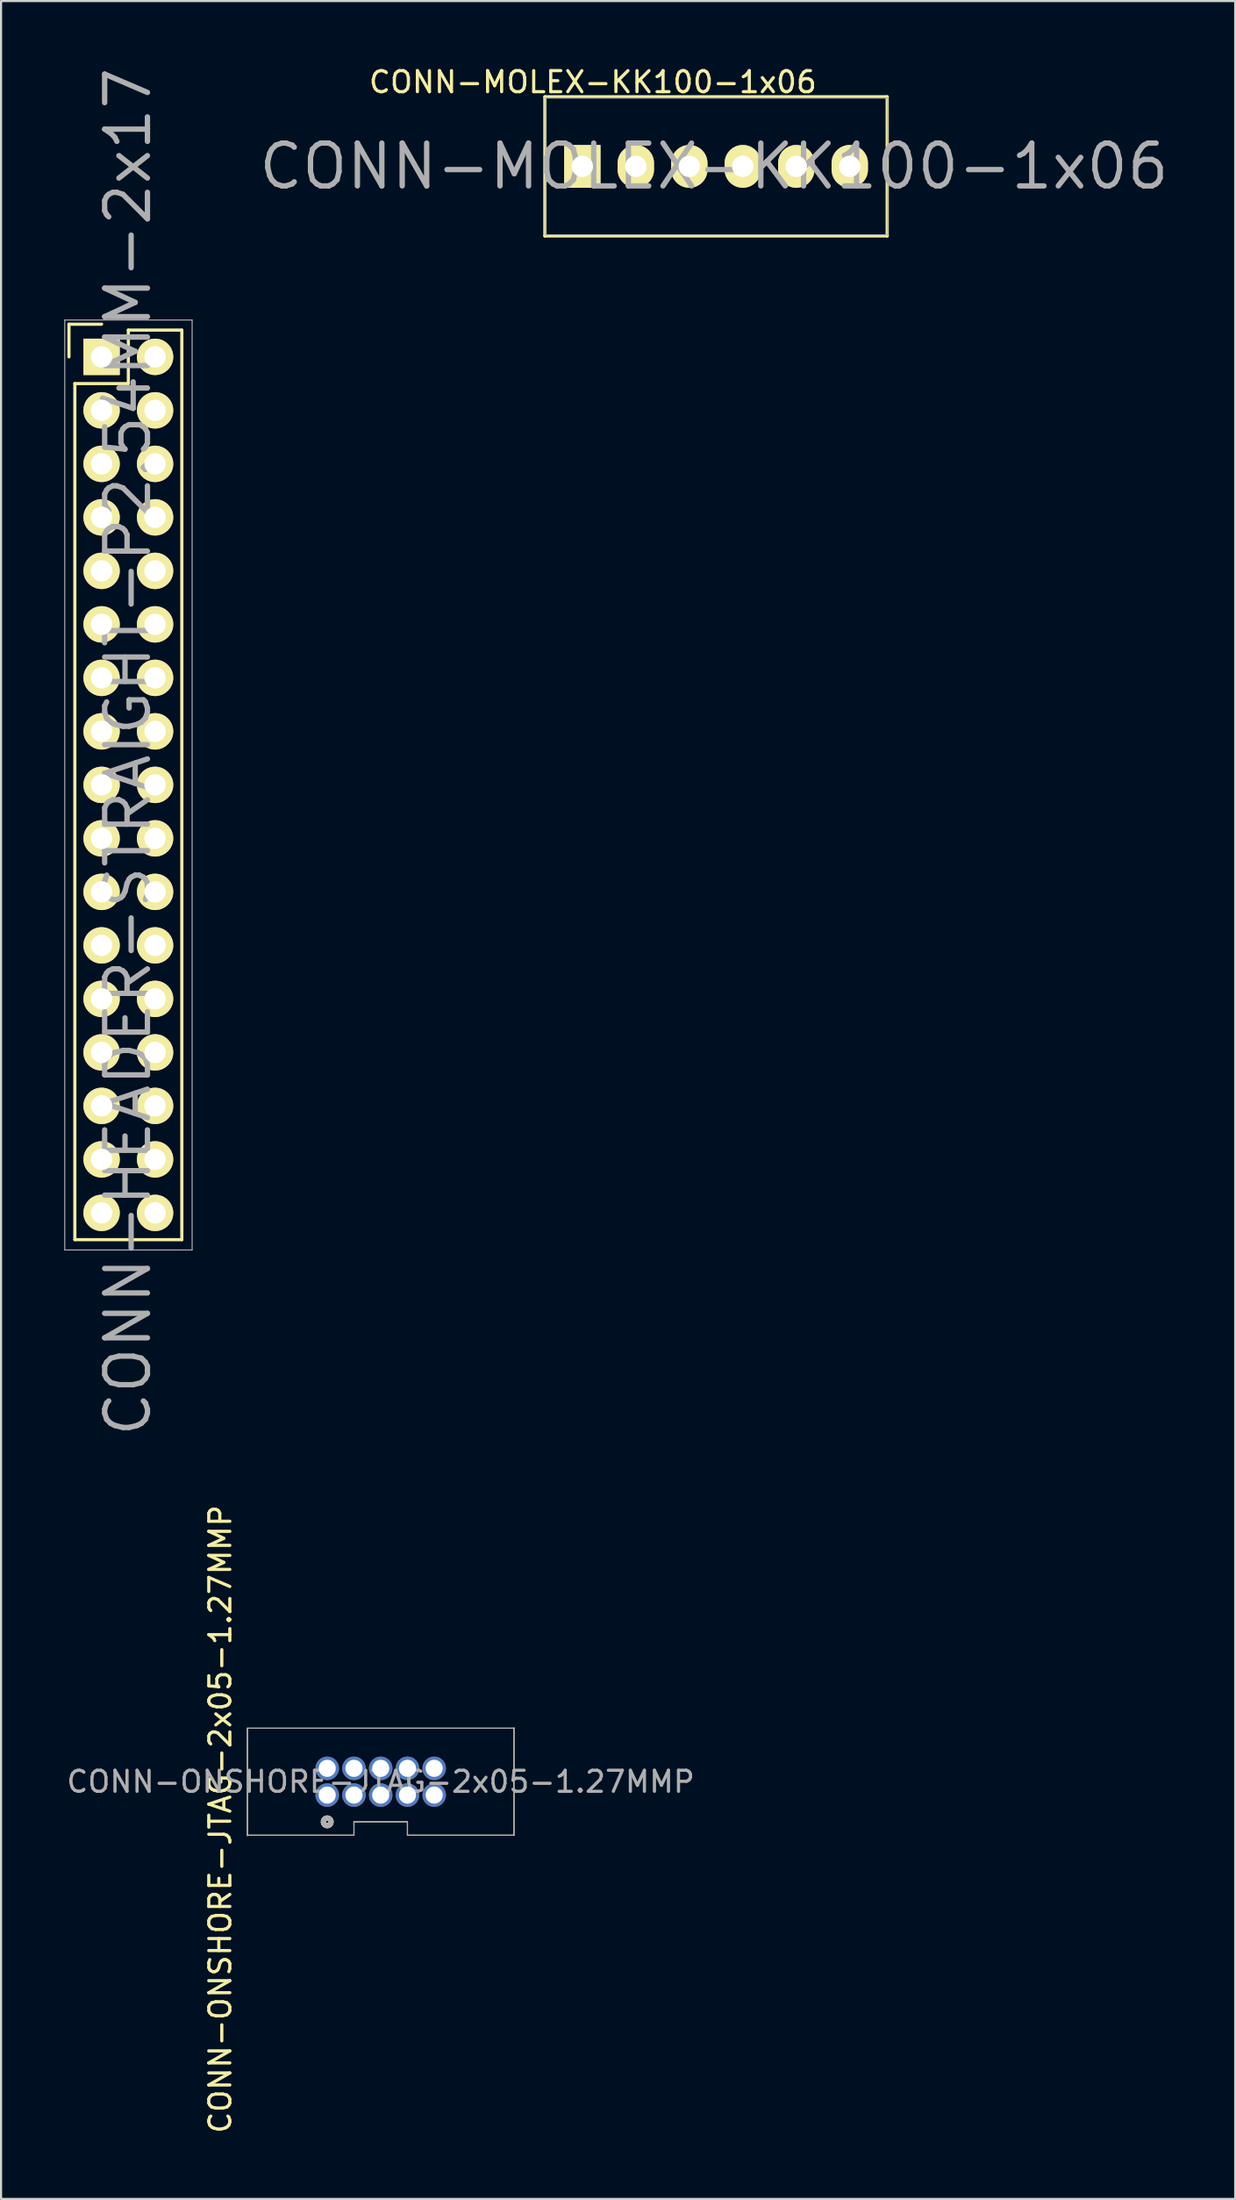
<source format=kicad_pcb>
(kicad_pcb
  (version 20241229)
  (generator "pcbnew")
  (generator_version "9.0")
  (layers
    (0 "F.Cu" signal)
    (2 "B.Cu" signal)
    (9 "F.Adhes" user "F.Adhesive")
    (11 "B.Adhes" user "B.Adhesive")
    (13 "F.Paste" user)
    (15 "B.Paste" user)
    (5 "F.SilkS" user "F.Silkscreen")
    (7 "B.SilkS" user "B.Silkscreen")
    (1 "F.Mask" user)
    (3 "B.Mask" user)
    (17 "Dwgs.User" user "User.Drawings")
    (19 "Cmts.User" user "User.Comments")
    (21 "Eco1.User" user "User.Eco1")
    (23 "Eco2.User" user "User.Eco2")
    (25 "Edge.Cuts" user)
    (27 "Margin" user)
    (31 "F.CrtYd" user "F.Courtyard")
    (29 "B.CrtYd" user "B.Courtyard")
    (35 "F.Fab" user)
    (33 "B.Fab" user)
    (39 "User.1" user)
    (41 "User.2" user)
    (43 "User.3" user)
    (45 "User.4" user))
  (footprint "CONN-HEADER-STRAIGHT-P2.54MM-2x17"
    (layer "F.Cu")
    (at 1.775 13.891)
    (property "Reference" "CONN-HEADER-STRAIGHT-P2.54MM-2x17" (at 1.25 18.75 90) (layer "F.Fab") (effects (font (size 2.032 2.032) (thickness 0.254))))
    (attr through_hole)
    (fp_line (start -1.55 -1.55) (end -1.55 0) (stroke (width 0.15) (type solid)) (layer "F.SilkS"))
    (fp_line (start -1.27 1.27) (end -1.27 41.91) (stroke (width 0.15) (type solid)) (layer "F.SilkS"))
    (fp_line (start 0 -1.55) (end -1.55 -1.55) (stroke (width 0.15) (type solid)) (layer "F.SilkS"))
    (fp_line (start 1.27 -1.27) (end 1.27 1.27) (stroke (width 0.15) (type solid)) (layer "F.SilkS"))
    (fp_line (start 1.27 1.27) (end -1.27 1.27) (stroke (width 0.15) (type solid)) (layer "F.SilkS"))
    (fp_line (start 3.81 -1.27) (end 1.27 -1.27) (stroke (width 0.15) (type solid)) (layer "F.SilkS"))
    (fp_line (start 3.81 41.91) (end -1.27 41.91) (stroke (width 0.15) (type solid)) (layer "F.SilkS"))
    (fp_line (start 3.81 41.91) (end 3.81 -1.27) (stroke (width 0.15) (type solid)) (layer "F.SilkS"))
    (fp_line (start -1.75 -1.75) (end -1.75 42.4) (stroke (width 0.05) (type solid)) (layer "F.Fab"))
    (fp_line (start -1.75 -1.75) (end 4.3 -1.75) (stroke (width 0.05) (type solid)) (layer "F.Fab"))
    (fp_line (start -1.75 42.4) (end 4.3 42.4) (stroke (width 0.05) (type solid)) (layer "F.Fab"))
    (fp_line (start 4.3 -1.75) (end 4.3 42.4) (stroke (width 0.05) (type solid)) (layer "F.Fab"))
    (pad "1" thru_hole rect (at 0 0) (size 1.727 1.727) (drill 1.016) (layers "*.Cu" "*.Mask" "F.SilkS"))
    (pad "2" thru_hole oval (at 2.54 0) (size 1.727 1.727) (drill 1.016) (layers "*.Cu" "*.Mask" "F.SilkS"))
    (pad "3" thru_hole oval (at 0 2.54) (size 1.727 1.727) (drill 1.016) (layers "*.Cu" "*.Mask" "F.SilkS"))
    (pad "4" thru_hole oval (at 2.54 2.54) (size 1.727 1.727) (drill 1.016) (layers "*.Cu" "*.Mask" "F.SilkS"))
    (pad "5" thru_hole oval (at 0 5.08) (size 1.727 1.727) (drill 1.016) (layers "*.Cu" "*.Mask" "F.SilkS"))
    (pad "6" thru_hole oval (at 2.54 5.08) (size 1.727 1.727) (drill 1.016) (layers "*.Cu" "*.Mask" "F.SilkS"))
    (pad "7" thru_hole oval (at 0 7.62) (size 1.727 1.727) (drill 1.016) (layers "*.Cu" "*.Mask" "F.SilkS"))
    (pad "8" thru_hole oval (at 2.54 7.62) (size 1.727 1.727) (drill 1.016) (layers "*.Cu" "*.Mask" "F.SilkS"))
    (pad "9" thru_hole oval (at 0 10.16) (size 1.727 1.727) (drill 1.016) (layers "*.Cu" "*.Mask" "F.SilkS"))
    (pad "10" thru_hole oval (at 2.54 10.16) (size 1.727 1.727) (drill 1.016) (layers "*.Cu" "*.Mask" "F.SilkS"))
    (pad "11" thru_hole oval (at 0 12.7) (size 1.727 1.727) (drill 1.016) (layers "*.Cu" "*.Mask" "F.SilkS"))
    (pad "12" thru_hole oval (at 2.54 12.7) (size 1.727 1.727) (drill 1.016) (layers "*.Cu" "*.Mask" "F.SilkS"))
    (pad "13" thru_hole oval (at 0 15.24) (size 1.727 1.727) (drill 1.016) (layers "*.Cu" "*.Mask" "F.SilkS"))
    (pad "14" thru_hole oval (at 2.54 15.24) (size 1.727 1.727) (drill 1.016) (layers "*.Cu" "*.Mask" "F.SilkS"))
    (pad "15" thru_hole oval (at 0 17.78) (size 1.727 1.727) (drill 1.016) (layers "*.Cu" "*.Mask" "F.SilkS"))
    (pad "16" thru_hole oval (at 2.54 17.78) (size 1.727 1.727) (drill 1.016) (layers "*.Cu" "*.Mask" "F.SilkS"))
    (pad "17" thru_hole oval (at 0 20.32) (size 1.727 1.727) (drill 1.016) (layers "*.Cu" "*.Mask" "F.SilkS"))
    (pad "18" thru_hole oval (at 2.54 20.32) (size 1.727 1.727) (drill 1.016) (layers "*.Cu" "*.Mask" "F.SilkS"))
    (pad "19" thru_hole oval (at 0 22.86) (size 1.727 1.727) (drill 1.016) (layers "*.Cu" "*.Mask" "F.SilkS"))
    (pad "20" thru_hole oval (at 2.54 22.86) (size 1.727 1.727) (drill 1.016) (layers "*.Cu" "*.Mask" "F.SilkS"))
    (pad "21" thru_hole oval (at 0 25.4) (size 1.727 1.727) (drill 1.016) (layers "*.Cu" "*.Mask" "F.SilkS"))
    (pad "22" thru_hole oval (at 2.54 25.4) (size 1.727 1.727) (drill 1.016) (layers "*.Cu" "*.Mask" "F.SilkS"))
    (pad "23" thru_hole oval (at 0 27.94) (size 1.727 1.727) (drill 1.016) (layers "*.Cu" "*.Mask" "F.SilkS"))
    (pad "24" thru_hole oval (at 2.54 27.94) (size 1.727 1.727) (drill 1.016) (layers "*.Cu" "*.Mask" "F.SilkS"))
    (pad "25" thru_hole oval (at 0 30.48) (size 1.727 1.727) (drill 1.016) (layers "*.Cu" "*.Mask" "F.SilkS"))
    (pad "26" thru_hole oval (at 2.54 30.48) (size 1.727 1.727) (drill 1.016) (layers "*.Cu" "*.Mask" "F.SilkS"))
    (pad "27" thru_hole oval (at 0 33.02) (size 1.727 1.727) (drill 1.016) (layers "*.Cu" "*.Mask" "F.SilkS"))
    (pad "28" thru_hole oval (at 2.54 33.02) (size 1.727 1.727) (drill 1.016) (layers "*.Cu" "*.Mask" "F.SilkS"))
    (pad "29" thru_hole oval (at 0 35.56) (size 1.727 1.727) (drill 1.016) (layers "*.Cu" "*.Mask" "F.SilkS"))
    (pad "30" thru_hole oval (at 2.54 35.56) (size 1.727 1.727) (drill 1.016) (layers "*.Cu" "*.Mask" "F.SilkS"))
    (pad "31" thru_hole oval (at 0 38.1) (size 1.727 1.727) (drill 1.016) (layers "*.Cu" "*.Mask" "F.SilkS"))
    (pad "32" thru_hole oval (at 2.54 38.1) (size 1.727 1.727) (drill 1.016) (layers "*.Cu" "*.Mask" "F.SilkS"))
    (pad "33" thru_hole oval (at 0 40.64) (size 1.727 1.727) (drill 1.016) (layers "*.Cu" "*.Mask" "F.SilkS"))
    (pad "34" thru_hole oval (at 2.54 40.64) (size 1.727 1.727) (drill 1.016) (layers "*.Cu" "*.Mask" "F.SilkS")))
  (footprint "CONN-ONSHORE-JTAG-2x05-1.27MMP"
    (layer "F.Cu")
    (at 15.03 81.535)
    (property "Reference" "CONN-ONSHORE-JTAG-2x05-1.27MMP" (at 0 0 0) (layer "F.Fab") (effects (font (size 1 1) (thickness 0.15))))
    (attr through_hole)
    (fp_line (start -6.33 -2.54) (end -6.33 2.56) (stroke (width 0.05) (type solid)) (layer "F.SilkS"))
    (fp_line (start -6.33 -2.54) (end 6.33 -2.54) (stroke (width 0.05) (type solid)) (layer "F.SilkS"))
    (fp_line (start -6.31 2.54) (end -1.27 2.54) (stroke (width 0.05) (type solid)) (layer "F.SilkS"))
    (fp_line (start -1.27 1.905) (end 1.27 1.905) (stroke (width 0.05) (type solid)) (layer "F.SilkS"))
    (fp_line (start -1.27 2.54) (end -1.27 1.905) (stroke (width 0.05) (type solid)) (layer "F.SilkS"))
    (fp_line (start 1.27 1.905) (end 1.27 2.54) (stroke (width 0.05) (type solid)) (layer "F.SilkS"))
    (fp_line (start 6.31 2.54) (end 1.27 2.54) (stroke (width 0.05) (type solid)) (layer "F.SilkS"))
    (fp_line (start 6.33 -2.55) (end 6.33 2.55) (stroke (width 0.05) (type solid)) (layer "F.SilkS"))
    (fp_circle (center -2.54 1.905) (end -2.413 2.032) (stroke (width 0.254) (type solid)) (fill no) (layer "F.SilkS"))
    (fp_line (start -6.33 -2.54) (end -6.33 2.56) (stroke (width 0.05) (type solid)) (layer "F.Fab"))
    (fp_line (start -6.33 -2.54) (end 6.33 -2.54) (stroke (width 0.05) (type solid)) (layer "F.Fab"))
    (fp_line (start -6.31 2.54) (end -1.27 2.54) (stroke (width 0.05) (type solid)) (layer "F.Fab"))
    (fp_line (start -1.27 1.905) (end 1.27 1.905) (stroke (width 0.05) (type solid)) (layer "F.Fab"))
    (fp_line (start -1.27 2.54) (end -1.27 1.905) (stroke (width 0.05) (type solid)) (layer "F.Fab"))
    (fp_line (start 1.27 1.905) (end 1.27 2.54) (stroke (width 0.05) (type solid)) (layer "F.Fab"))
    (fp_line (start 6.31 2.54) (end 1.27 2.54) (stroke (width 0.05) (type solid)) (layer "F.Fab"))
    (fp_line (start 6.33 -2.55) (end 6.33 2.55) (stroke (width 0.05) (type solid)) (layer "F.Fab"))
    (fp_circle (center -2.54 1.905) (end -2.413 2.032) (stroke (width 0.254) (type solid)) (fill no) (layer "F.Fab"))
    (fp_text user "${REFERENCE}" (at -7.62 1.778 90) (layer "F.SilkS") (effects (font (size 1 1) (thickness 0.15))))
    (pad "1" thru_hole circle (at -2.54 0.635) (size 1.118 1.118) (drill 0.813) (layers "*.Cu" "*.Mask"))
    (pad "2" thru_hole circle (at -2.54 -0.635) (size 1.118 1.118) (drill 0.813) (layers "*.Cu" "*.Mask"))
    (pad "3" thru_hole circle (at -1.27 0.635) (size 1.118 1.118) (drill 0.813) (layers "*.Cu" "*.Mask"))
    (pad "4" thru_hole circle (at -1.27 -0.635) (size 1.118 1.118) (drill 0.813) (layers "*.Cu" "*.Mask"))
    (pad "5" thru_hole circle (at 0 0.635) (size 1.118 1.118) (drill 0.813) (layers "*.Cu" "*.Mask"))
    (pad "6" thru_hole circle (at 0 -0.635) (size 1.118 1.118) (drill 0.813) (layers "*.Cu" "*.Mask"))
    (pad "7" thru_hole circle (at 1.27 0.635) (size 1.118 1.118) (drill 0.813) (layers "*.Cu" "*.Mask"))
    (pad "8" thru_hole circle (at 1.27 -0.635) (size 1.118 1.118) (drill 0.813) (layers "*.Cu" "*.Mask"))
    (pad "9" thru_hole circle (at 2.54 0.635) (size 1.118 1.118) (drill 0.813) (layers "*.Cu" "*.Mask"))
    (pad "10" thru_hole circle (at 2.54 -0.635) (size 1.118 1.118) (drill 0.813) (layers "*.Cu" "*.Mask")))
  (footprint "CONN-MOLEX-KK100-1x06"
    (layer "F.Cu")
    (at 24.606 4.848)
    (property "Reference" "CONN-MOLEX-KK100-1x06" (at 6.25 0 0) (layer "F.Fab") (effects (font (size 2.032 2.032) (thickness 0.254))))
    (attr through_hole)
    (fp_line (start -1.778 -3.302) (end -1.778 3.302) (stroke (width 0.152) (type solid)) (layer "F.SilkS"))
    (fp_line (start -1.778 3.302) (end 14.478 3.302) (stroke (width 0.152) (type solid)) (layer "F.SilkS"))
    (fp_line (start 14.478 -3.302) (end -1.778 -3.302) (stroke (width 0.152) (type solid)) (layer "F.SilkS"))
    (fp_line (start 14.478 3.302) (end 14.478 -3.302) (stroke (width 0.152) (type solid)) (layer "F.SilkS"))
    (fp_line (start -1.75 -3.25) (end -1.75 3.25) (stroke (width 0.051) (type solid)) (layer "F.Fab"))
    (fp_line (start -1.75 3.25) (end 14.5 3.25) (stroke (width 0.051) (type solid)) (layer "F.Fab"))
    (fp_line (start 14.5 -3.25) (end -1.75 -3.25) (stroke (width 0.051) (type solid)) (layer "F.Fab"))
    (fp_line (start 14.5 3.25) (end 14.5 -3.25) (stroke (width 0.051) (type solid)) (layer "F.Fab"))
    (fp_text user "${REFERENCE}" (at 0.5 -4 0) (layer "F.SilkS") (effects (font (size 1 1) (thickness 0.15))))
    (pad "1" thru_hole rect (at 0 0) (size 1.727 2.032) (drill 1.016) (layers "*.Cu" "*.Mask" "F.SilkS"))
    (pad "2" thru_hole oval (at 2.54 0) (size 1.727 2.032) (drill 1.016) (layers "*.Cu" "*.Mask" "F.SilkS"))
    (pad "3" thru_hole oval (at 5.08 0) (size 1.727 2.032) (drill 1.016) (layers "*.Cu" "*.Mask" "F.SilkS"))
    (pad "4" thru_hole oval (at 7.62 0) (size 1.727 2.032) (drill 1.016) (layers "*.Cu" "*.Mask" "F.SilkS"))
    (pad "5" thru_hole oval (at 10.16 0) (size 1.727 2.032) (drill 1.016) (layers "*.Cu" "*.Mask" "F.SilkS"))
    (pad "6" thru_hole oval (at 12.7 0) (size 1.727 2.032) (drill 1.016) (layers "*.Cu" "*.Mask" "F.SilkS")))
  (gr_rect
    (start -3 -3)
    (end 55.611 101.342)
    (stroke (width 0.1) (type default))
    (fill no)
    (layer "Edge.Cuts")))
</source>
